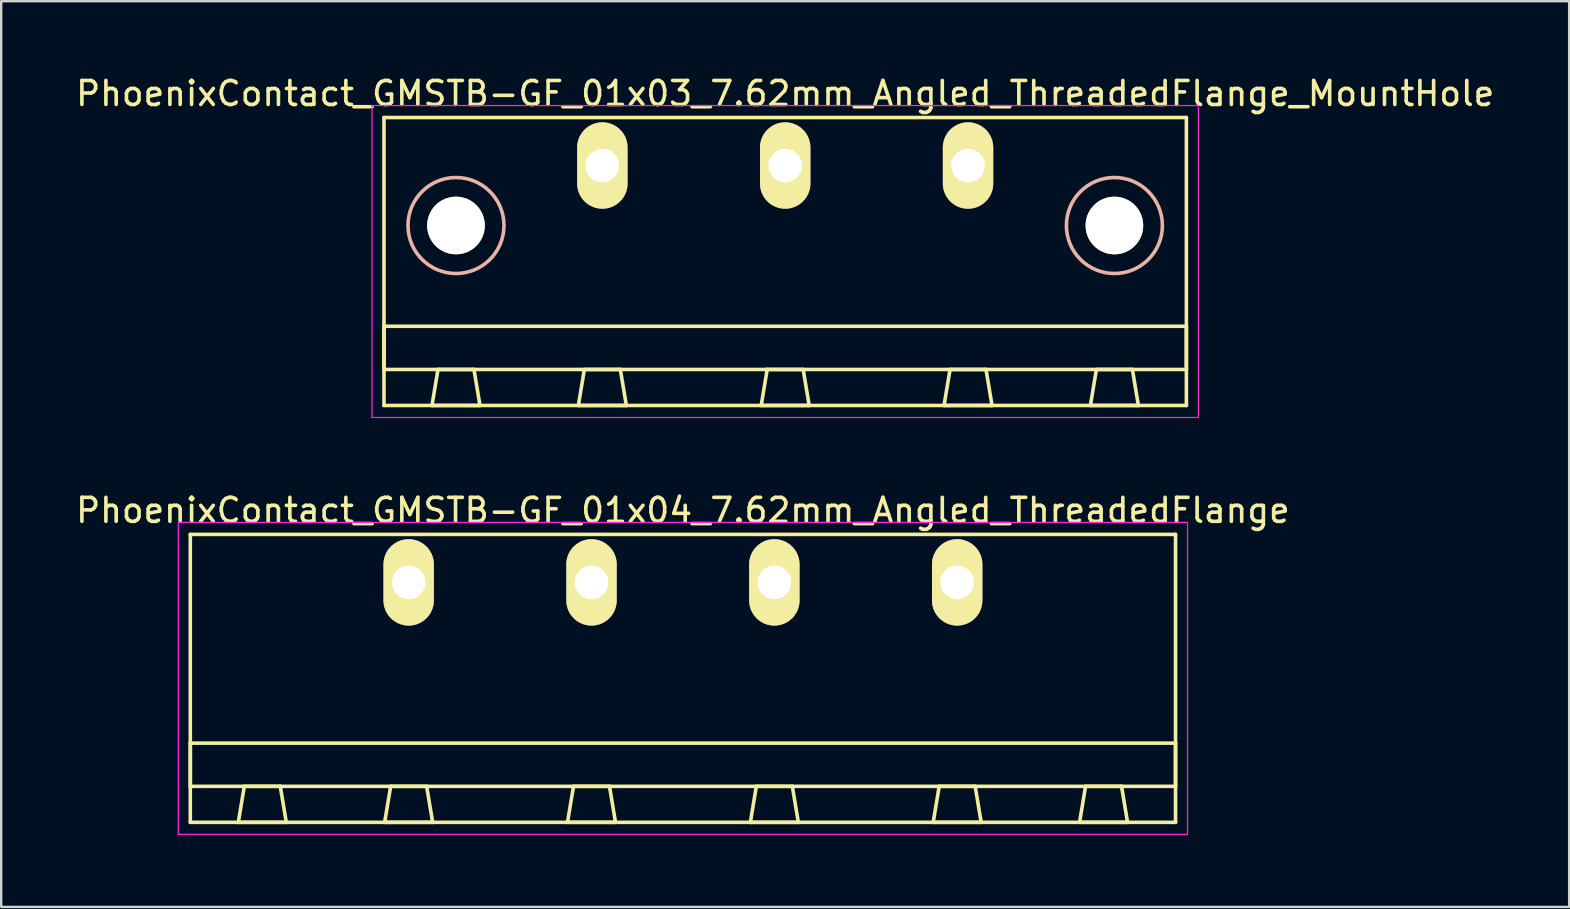
<source format=kicad_pcb>
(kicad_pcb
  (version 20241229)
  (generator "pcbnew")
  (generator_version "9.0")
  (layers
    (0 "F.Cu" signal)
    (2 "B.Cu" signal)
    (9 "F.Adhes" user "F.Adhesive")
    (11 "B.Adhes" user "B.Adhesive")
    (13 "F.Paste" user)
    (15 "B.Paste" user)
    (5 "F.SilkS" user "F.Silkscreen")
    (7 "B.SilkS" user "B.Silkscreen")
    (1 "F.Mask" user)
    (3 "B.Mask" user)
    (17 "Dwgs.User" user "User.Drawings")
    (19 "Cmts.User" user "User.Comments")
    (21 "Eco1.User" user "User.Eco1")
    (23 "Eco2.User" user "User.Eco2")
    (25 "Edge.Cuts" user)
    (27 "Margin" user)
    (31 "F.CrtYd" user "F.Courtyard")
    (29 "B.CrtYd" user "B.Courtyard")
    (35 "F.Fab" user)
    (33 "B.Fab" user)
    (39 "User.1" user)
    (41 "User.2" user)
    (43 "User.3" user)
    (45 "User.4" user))
  (footprint "PhoenixContact_GMSTB-GF_01x04_7.62mm_Angled_ThreadedFlange"
    (layer "F.Cu")
    (at 13.981 21.221)
    (property "Reference" "PhoenixContact_GMSTB-GF_01x04_7.62mm_Angled_ThreadedFlange" (at 11.43 -3 0) (layer "F.SilkS") (effects (font (size 1 1) (thickness 0.15))))
    (attr through_hole)
    (fp_line (start -9.1 -2) (end -9.1 10) (stroke (width 0.15) (type solid)) (layer "F.SilkS"))
    (fp_line (start -9.1 6.7) (end 31.96 6.7) (stroke (width 0.15) (type solid)) (layer "F.SilkS"))
    (fp_line (start -9.1 8.5) (end -9.1 6.7) (stroke (width 0.15) (type solid)) (layer "F.SilkS"))
    (fp_line (start -9.1 10) (end 31.96 10) (stroke (width 0.15) (type solid)) (layer "F.SilkS"))
    (fp_line (start -7.1 10) (end -5.1 10) (stroke (width 0.15) (type solid)) (layer "F.SilkS"))
    (fp_line (start -6.85 8.5) (end -7.1 10) (stroke (width 0.15) (type solid)) (layer "F.SilkS"))
    (fp_line (start -5.35 8.5) (end -6.85 8.5) (stroke (width 0.15) (type solid)) (layer "F.SilkS"))
    (fp_line (start -5.1 10) (end -5.35 8.5) (stroke (width 0.15) (type solid)) (layer "F.SilkS"))
    (fp_line (start -1 10) (end 1 10) (stroke (width 0.15) (type solid)) (layer "F.SilkS"))
    (fp_line (start -0.75 8.5) (end -1 10) (stroke (width 0.15) (type solid)) (layer "F.SilkS"))
    (fp_line (start 0.75 8.5) (end -0.75 8.5) (stroke (width 0.15) (type solid)) (layer "F.SilkS"))
    (fp_line (start 1 10) (end 0.75 8.5) (stroke (width 0.15) (type solid)) (layer "F.SilkS"))
    (fp_line (start 6.62 10) (end 8.62 10) (stroke (width 0.15) (type solid)) (layer "F.SilkS"))
    (fp_line (start 6.87 8.5) (end 6.62 10) (stroke (width 0.15) (type solid)) (layer "F.SilkS"))
    (fp_line (start 8.37 8.5) (end 6.87 8.5) (stroke (width 0.15) (type solid)) (layer "F.SilkS"))
    (fp_line (start 8.62 10) (end 8.37 8.5) (stroke (width 0.15) (type solid)) (layer "F.SilkS"))
    (fp_line (start 14.24 10) (end 16.24 10) (stroke (width 0.15) (type solid)) (layer "F.SilkS"))
    (fp_line (start 14.49 8.5) (end 14.24 10) (stroke (width 0.15) (type solid)) (layer "F.SilkS"))
    (fp_line (start 15.99 8.5) (end 14.49 8.5) (stroke (width 0.15) (type solid)) (layer "F.SilkS"))
    (fp_line (start 16.24 10) (end 15.99 8.5) (stroke (width 0.15) (type solid)) (layer "F.SilkS"))
    (fp_line (start 21.86 10) (end 23.86 10) (stroke (width 0.15) (type solid)) (layer "F.SilkS"))
    (fp_line (start 22.11 8.5) (end 21.86 10) (stroke (width 0.15) (type solid)) (layer "F.SilkS"))
    (fp_line (start 23.61 8.5) (end 22.11 8.5) (stroke (width 0.15) (type solid)) (layer "F.SilkS"))
    (fp_line (start 23.86 10) (end 23.61 8.5) (stroke (width 0.15) (type solid)) (layer "F.SilkS"))
    (fp_line (start 27.96 10) (end 29.96 10) (stroke (width 0.15) (type solid)) (layer "F.SilkS"))
    (fp_line (start 28.21 8.5) (end 27.96 10) (stroke (width 0.15) (type solid)) (layer "F.SilkS"))
    (fp_line (start 29.71 8.5) (end 28.21 8.5) (stroke (width 0.15) (type solid)) (layer "F.SilkS"))
    (fp_line (start 29.96 10) (end 29.71 8.5) (stroke (width 0.15) (type solid)) (layer "F.SilkS"))
    (fp_line (start 31.96 -2) (end -9.1 -2) (stroke (width 0.15) (type solid)) (layer "F.SilkS"))
    (fp_line (start 31.96 6.7) (end 31.96 8.5) (stroke (width 0.15) (type solid)) (layer "F.SilkS"))
    (fp_line (start 31.96 8.5) (end -9.1 8.5) (stroke (width 0.15) (type solid)) (layer "F.SilkS"))
    (fp_line (start 31.96 10) (end 31.96 -2) (stroke (width 0.15) (type solid)) (layer "F.SilkS"))
    (fp_line (start -9.6 -2.5) (end -9.6 10.5) (stroke (width 0.05) (type solid)) (layer "F.CrtYd"))
    (fp_line (start -9.6 10.5) (end 32.46 10.5) (stroke (width 0.05) (type solid)) (layer "F.CrtYd"))
    (fp_line (start 32.46 -2.5) (end -9.6 -2.5) (stroke (width 0.05) (type solid)) (layer "F.CrtYd"))
    (fp_line (start 32.46 10.5) (end 32.46 -2.5) (stroke (width 0.05) (type solid)) (layer "F.CrtYd"))
    (pad "1" thru_hole oval (at 0 0) (size 2.1 3.6) (drill 1.4) (layers "*.Cu" "*.Mask" "F.SilkS"))
    (pad "2" thru_hole oval (at 7.62 0) (size 2.1 3.6) (drill 1.4) (layers "*.Cu" "*.Mask" "F.SilkS"))
    (pad "3" thru_hole oval (at 15.24 0) (size 2.1 3.6) (drill 1.4) (layers "*.Cu" "*.Mask" "F.SilkS"))
    (pad "4" thru_hole oval (at 22.86 0) (size 2.1 3.6) (drill 1.4) (layers "*.Cu" "*.Mask" "F.SilkS")))
  (footprint "PhoenixContact_GMSTB-GF_01x03_7.62mm_Angled_ThreadedFlange_MountHole"
    (layer "F.Cu")
    (at 22.053 3.848)
    (property "Reference" "PhoenixContact_GMSTB-GF_01x03_7.62mm_Angled_ThreadedFlange_MountHole" (at 7.62 -3 0) (layer "F.SilkS") (effects (font (size 1 1) (thickness 0.15))))
    (attr through_hole)
    (fp_line (start -9.1 -2) (end -9.1 10) (stroke (width 0.15) (type solid)) (layer "F.SilkS"))
    (fp_line (start -9.1 6.7) (end 24.34 6.7) (stroke (width 0.15) (type solid)) (layer "F.SilkS"))
    (fp_line (start -9.1 8.5) (end -9.1 6.7) (stroke (width 0.15) (type solid)) (layer "F.SilkS"))
    (fp_line (start -9.1 10) (end 24.34 10) (stroke (width 0.15) (type solid)) (layer "F.SilkS"))
    (fp_line (start -7.1 10) (end -5.1 10) (stroke (width 0.15) (type solid)) (layer "F.SilkS"))
    (fp_line (start -6.85 8.5) (end -7.1 10) (stroke (width 0.15) (type solid)) (layer "F.SilkS"))
    (fp_line (start -5.35 8.5) (end -6.85 8.5) (stroke (width 0.15) (type solid)) (layer "F.SilkS"))
    (fp_line (start -5.1 10) (end -5.35 8.5) (stroke (width 0.15) (type solid)) (layer "F.SilkS"))
    (fp_line (start -1 10) (end 1 10) (stroke (width 0.15) (type solid)) (layer "F.SilkS"))
    (fp_line (start -0.75 8.5) (end -1 10) (stroke (width 0.15) (type solid)) (layer "F.SilkS"))
    (fp_line (start 0.75 8.5) (end -0.75 8.5) (stroke (width 0.15) (type solid)) (layer "F.SilkS"))
    (fp_line (start 1 10) (end 0.75 8.5) (stroke (width 0.15) (type solid)) (layer "F.SilkS"))
    (fp_line (start 6.62 10) (end 8.62 10) (stroke (width 0.15) (type solid)) (layer "F.SilkS"))
    (fp_line (start 6.87 8.5) (end 6.62 10) (stroke (width 0.15) (type solid)) (layer "F.SilkS"))
    (fp_line (start 8.37 8.5) (end 6.87 8.5) (stroke (width 0.15) (type solid)) (layer "F.SilkS"))
    (fp_line (start 8.62 10) (end 8.37 8.5) (stroke (width 0.15) (type solid)) (layer "F.SilkS"))
    (fp_line (start 14.24 10) (end 16.24 10) (stroke (width 0.15) (type solid)) (layer "F.SilkS"))
    (fp_line (start 14.49 8.5) (end 14.24 10) (stroke (width 0.15) (type solid)) (layer "F.SilkS"))
    (fp_line (start 15.99 8.5) (end 14.49 8.5) (stroke (width 0.15) (type solid)) (layer "F.SilkS"))
    (fp_line (start 16.24 10) (end 15.99 8.5) (stroke (width 0.15) (type solid)) (layer "F.SilkS"))
    (fp_line (start 20.34 10) (end 22.34 10) (stroke (width 0.15) (type solid)) (layer "F.SilkS"))
    (fp_line (start 20.59 8.5) (end 20.34 10) (stroke (width 0.15) (type solid)) (layer "F.SilkS"))
    (fp_line (start 22.09 8.5) (end 20.59 8.5) (stroke (width 0.15) (type solid)) (layer "F.SilkS"))
    (fp_line (start 22.34 10) (end 22.09 8.5) (stroke (width 0.15) (type solid)) (layer "F.SilkS"))
    (fp_line (start 24.34 -2) (end -9.1 -2) (stroke (width 0.15) (type solid)) (layer "F.SilkS"))
    (fp_line (start 24.34 6.7) (end 24.34 8.5) (stroke (width 0.15) (type solid)) (layer "F.SilkS"))
    (fp_line (start 24.34 8.5) (end -9.1 8.5) (stroke (width 0.15) (type solid)) (layer "F.SilkS"))
    (fp_line (start 24.34 10) (end 24.34 -2) (stroke (width 0.15) (type solid)) (layer "F.SilkS"))
    (fp_circle (center -6.1 2.5) (end -4.1 2.5) (stroke (width 0.15) (type solid)) (fill no) (layer "B.SilkS"))
    (fp_circle (center 21.34 2.5) (end 23.34 2.5) (stroke (width 0.15) (type solid)) (fill no) (layer "B.SilkS"))
    (fp_line (start -9.6 -2.5) (end -9.6 10.5) (stroke (width 0.05) (type solid)) (layer "F.CrtYd"))
    (fp_line (start -9.6 10.5) (end 24.84 10.5) (stroke (width 0.05) (type solid)) (layer "F.CrtYd"))
    (fp_line (start 24.84 -2.5) (end -9.6 -2.5) (stroke (width 0.05) (type solid)) (layer "F.CrtYd"))
    (fp_line (start 24.84 10.5) (end 24.84 -2.5) (stroke (width 0.05) (type solid)) (layer "F.CrtYd"))
    (pad "" np_thru_hole circle (at -6.1 2.5) (size 2.4 2.4) (drill 2.4) (layers "*.Cu" "*.Mask" "F.SilkS"))
    (pad "" np_thru_hole circle (at 21.34 2.5) (size 2.4 2.4) (drill 2.4) (layers "*.Cu" "*.Mask" "F.SilkS"))
    (pad "1" thru_hole oval (at 0 0) (size 2.1 3.6) (drill 1.4) (layers "*.Cu" "*.Mask" "F.SilkS"))
    (pad "2" thru_hole oval (at 7.62 0) (size 2.1 3.6) (drill 1.4) (layers "*.Cu" "*.Mask" "F.SilkS"))
    (pad "3" thru_hole oval (at 15.24 0) (size 2.1 3.6) (drill 1.4) (layers "*.Cu" "*.Mask" "F.SilkS")))
  (gr_rect
    (start -3 -3)
    (end 62.345 34.746)
    (stroke (width 0.1) (type default))
    (fill no)
    (layer "Edge.Cuts")))
</source>
